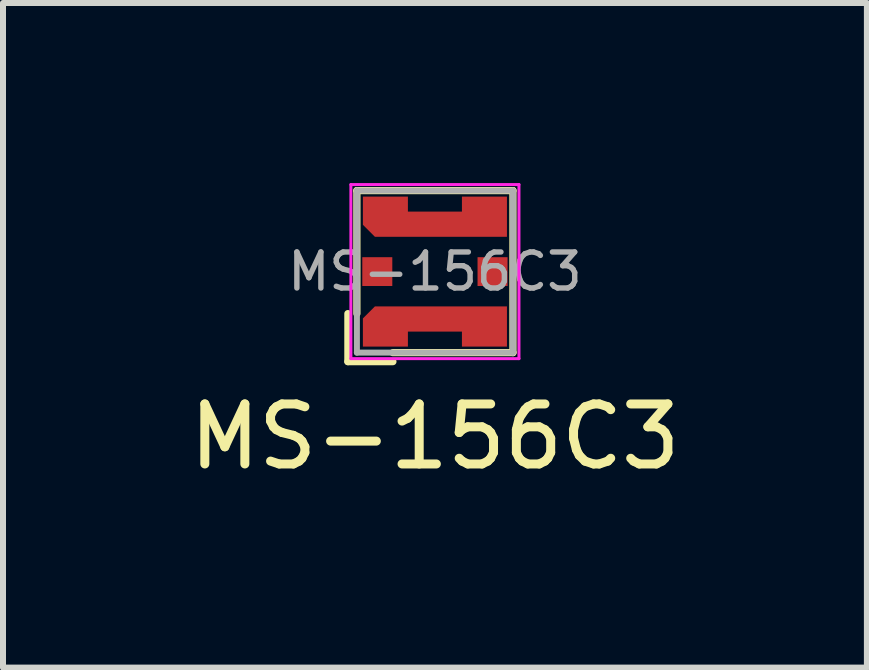
<source format=kicad_pcb>
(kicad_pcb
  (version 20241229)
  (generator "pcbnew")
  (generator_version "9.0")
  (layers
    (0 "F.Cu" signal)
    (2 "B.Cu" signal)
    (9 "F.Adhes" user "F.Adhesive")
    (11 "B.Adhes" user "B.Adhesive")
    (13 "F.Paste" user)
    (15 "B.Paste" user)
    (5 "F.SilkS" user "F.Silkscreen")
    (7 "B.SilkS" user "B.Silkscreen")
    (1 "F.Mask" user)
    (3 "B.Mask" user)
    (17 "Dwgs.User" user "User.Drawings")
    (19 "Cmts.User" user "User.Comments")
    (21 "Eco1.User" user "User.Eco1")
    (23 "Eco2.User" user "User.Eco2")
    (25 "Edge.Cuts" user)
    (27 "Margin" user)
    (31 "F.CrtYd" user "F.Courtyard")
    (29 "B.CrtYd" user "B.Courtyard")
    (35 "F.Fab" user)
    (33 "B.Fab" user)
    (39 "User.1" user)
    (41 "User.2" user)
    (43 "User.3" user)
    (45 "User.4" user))
  (footprint "MS-156C3"
    (layer "F.Cu")
    (at 4.196 1.475)
    (property "Reference" "MS-156C3" (at 0 2.75 180) (layer "F.SilkS") (effects (font (size 1 1) (thickness 0.15))))
    (attr smd)
    (fp_line (start -1.45 0.7) (end -1.45 1.5) (stroke (width 0.12) (type solid)) (layer "F.SilkS"))
    (fp_line (start -1.45 1.5) (end -0.7 1.5) (stroke (width 0.12) (type solid)) (layer "F.SilkS"))
    (fp_line (start -1.3 -1.35) (end -1.3 0.7) (stroke (width 0.12) (type solid)) (layer "F.SilkS"))
    (fp_line (start -1.3 -1.35) (end 1.3 -1.35) (stroke (width 0.12) (type solid)) (layer "F.SilkS"))
    (fp_line (start 1.3 -1.35) (end 1.3 1.35) (stroke (width 0.12) (type solid)) (layer "F.SilkS"))
    (fp_line (start 1.3 1.35) (end -0.7 1.35) (stroke (width 0.12) (type solid)) (layer "F.SilkS"))
    (fp_poly (pts (xy -0.9 0.8) (xy -0.5 0.8) (xy -0.5 1.225) (xy -0.9 1.225)) (stroke (width 0) (type solid)) (fill yes) (layer "F.Paste"))
    (fp_poly (pts (xy -0.5 -1.2) (xy -0.5 -0.8) (xy -0.925 -0.8) (xy -0.925 -1.2)) (stroke (width 0) (type solid)) (fill yes) (layer "F.Paste"))
    (fp_poly (pts (xy -0.25 -0.95) (xy 0.25 -0.95) (xy 0.25 -0.65) (xy -0.25 -0.65)) (stroke (width 0) (type solid)) (fill yes) (layer "F.Paste"))
    (fp_poly (pts (xy -0.25 0.65) (xy 0.25 0.65) (xy 0.25 0.95) (xy -0.25 0.95)) (stroke (width 0) (type solid)) (fill yes) (layer "F.Paste"))
    (fp_poly (pts (xy 0.5 0.8) (xy 0.9 0.8) (xy 0.9 1.225) (xy 0.5 1.225)) (stroke (width 0) (type solid)) (fill yes) (layer "F.Paste"))
    (fp_poly (pts (xy 0.925 -1.2) (xy 0.925 -0.8) (xy 0.5 -0.8) (xy 0.5 -1.2)) (stroke (width 0) (type solid)) (fill yes) (layer "F.Paste"))
    (fp_line (start -1.4 -1.45) (end 1.4 -1.45) (stroke (width 0.05) (type solid)) (layer "F.CrtYd"))
    (fp_line (start -1.4 1.45) (end -1.4 -1.45) (stroke (width 0.05) (type solid)) (layer "F.CrtYd"))
    (fp_line (start 1.4 -1.45) (end 1.4 1.45) (stroke (width 0.05) (type solid)) (layer "F.CrtYd"))
    (fp_line (start 1.4 1.45) (end -1.4 1.45) (stroke (width 0.05) (type solid)) (layer "F.CrtYd"))
    (fp_line (start -1.3 -1.35) (end 1.3 -1.35) (stroke (width 0.1) (type solid)) (layer "F.Fab"))
    (fp_line (start -1.3 1.35) (end -1.3 -1.35) (stroke (width 0.1) (type solid)) (layer "F.Fab"))
    (fp_line (start 1.3 -1.35) (end 1.3 1.35) (stroke (width 0.1) (type solid)) (layer "F.Fab"))
    (fp_line (start 1.3 1.35) (end -1.3 1.35) (stroke (width 0.1) (type solid)) (layer "F.Fab"))
    (fp_text user "${REFERENCE}" (at 0 0 0) (layer "F.Fab") (effects (font (size 0.6 0.6) (thickness 0.09))))
    (pad "A" smd rect (at 0.96 0) (size 0.5 0.48) (layers "F.Cu" "F.Mask" "F.Paste"))
    (pad "C" smd rect (at -0.96 0) (size 0.5 0.48) (layers "F.Cu" "F.Mask" "F.Paste"))
    (pad "G" smd custom (at 0 -0.915) (size 0.1 0.1) (layers "F.Cu" "F.Mask") (options (anchor rect)) (primitives (gr_poly (pts (xy -1.2 -0.335) (xy -0.45 -0.335) (xy -0.45 -0.085) (xy 0.45 -0.085) (xy 0.45 -0.335) (xy 1.2 -0.335) (xy 1.2 0.335) (xy -1 0.335) (xy -1.2 0.135)) (width 0) (fill yes))))
    (pad "G" smd custom (at 0 0.915 180) (size 0.1 0.1) (layers "F.Cu" "F.Mask") (options (anchor rect)) (primitives (gr_poly (pts (xy 1.2 -0.335) (xy 0.45 -0.335) (xy 0.45 -0.085) (xy -0.45 -0.085) (xy -0.45 -0.335) (xy -1.2 -0.335) (xy -1.2 0.335) (xy 1 0.335) (xy 1.2 0.135)) (width 0) (fill yes)))))
  (gr_rect
    (start -3 -3)
    (end 11.393 8.073)
    (stroke (width 0.1) (type default))
    (fill no)
    (layer "Edge.Cuts")))
</source>
